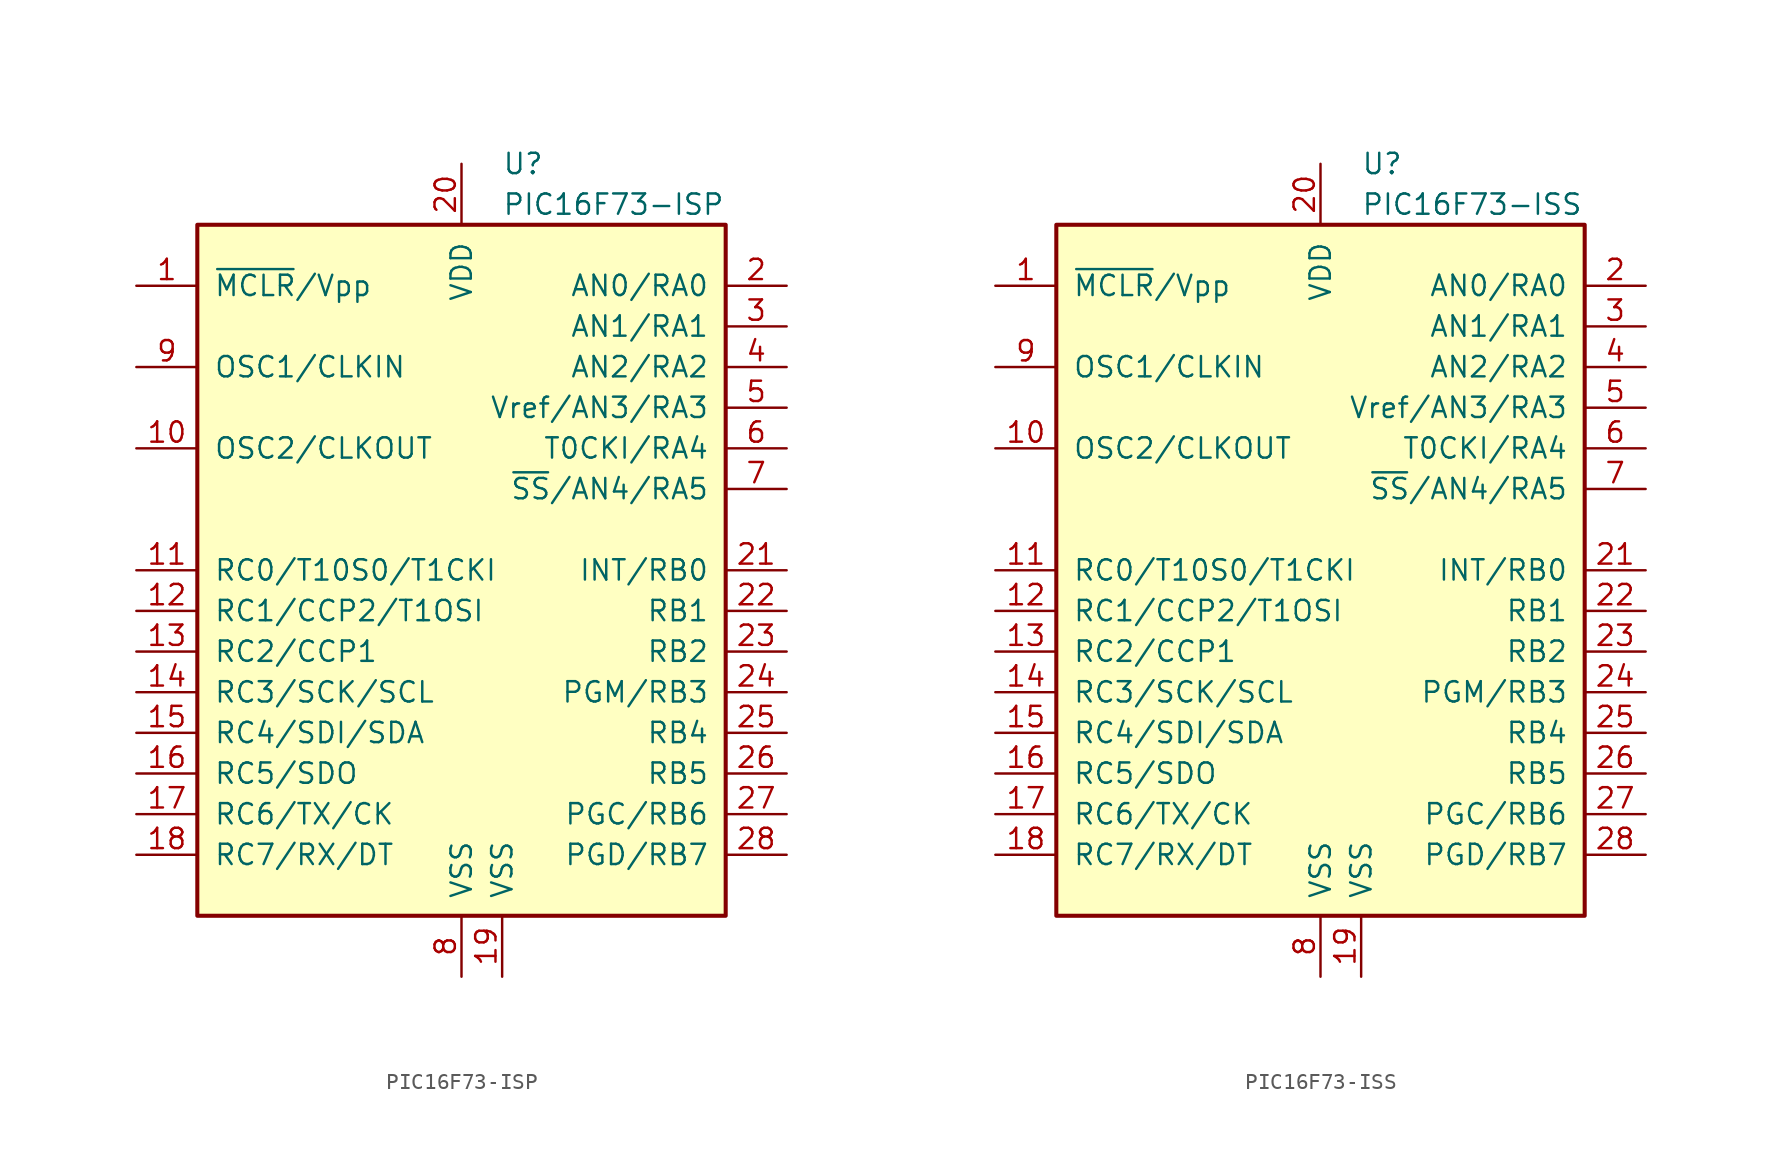
<source format=kicad_sym>
(kicad_symbol_lib
  (version 20201005)
  (generator kicad_symbol_editor)
  (symbol "MCU_Microchip_PIC16:PIC16F73-ISP"
    (pin_names
      (offset 1.016))
    (property "Reference" "U"
      (at 2.54 25.4 0)
      (effects (font (size 1.27 1.27)) (justify left)))
    (property "Value" "PIC16F73-ISP"
      (at 2.54 22.86 0)
      (effects (font (size 1.27 1.27)) (justify left)))
    (symbol "PIC16F73-ISP_0_1"
      (rectangle (start -16.51 -21.59) (end 16.51 21.59) (stroke (width 0.254)) (fill (type background))))
    (symbol "PIC16F73-ISP_1_1"
      (pin input line (at -20.32 17.78 0) (length 3.81) (name "~MCLR~/Vpp" (effects (font (size 1.27 1.27)))) (number "1" (effects (font (size 1.27 1.27)))))
      (pin output line (at -20.32 7.62 0) (length 3.81) (name "OSC2/CLKOUT" (effects (font (size 1.27 1.27)))) (number "10" (effects (font (size 1.27 1.27)))))
      (pin bidirectional line (at -20.32 0 0) (length 3.81) (name "RC0/T10S0/T1CKI" (effects (font (size 1.27 1.27)))) (number "11" (effects (font (size 1.27 1.27)))))
      (pin bidirectional line (at -20.32 -2.54 0) (length 3.81) (name "RC1/CCP2/T1OSI" (effects (font (size 1.27 1.27)))) (number "12" (effects (font (size 1.27 1.27)))))
      (pin bidirectional line (at -20.32 -5.08 0) (length 3.81) (name "RC2/CCP1" (effects (font (size 1.27 1.27)))) (number "13" (effects (font (size 1.27 1.27)))))
      (pin bidirectional line (at -20.32 -7.62 0) (length 3.81) (name "RC3/SCK/SCL" (effects (font (size 1.27 1.27)))) (number "14" (effects (font (size 1.27 1.27)))))
      (pin bidirectional line (at -20.32 -10.16 0) (length 3.81) (name "RC4/SDI/SDA" (effects (font (size 1.27 1.27)))) (number "15" (effects (font (size 1.27 1.27)))))
      (pin bidirectional line (at -20.32 -12.7 0) (length 3.81) (name "RC5/SDO" (effects (font (size 1.27 1.27)))) (number "16" (effects (font (size 1.27 1.27)))))
      (pin bidirectional line (at -20.32 -15.24 0) (length 3.81) (name "RC6/TX/CK" (effects (font (size 1.27 1.27)))) (number "17" (effects (font (size 1.27 1.27)))))
      (pin bidirectional line (at -20.32 -17.78 0) (length 3.81) (name "RC7/RX/DT" (effects (font (size 1.27 1.27)))) (number "18" (effects (font (size 1.27 1.27)))))
      (pin power_in line (at 2.54 -25.4 90) (length 3.81) (name "VSS" (effects (font (size 1.27 1.27)))) (number "19" (effects (font (size 1.27 1.27)))))
      (pin bidirectional line (at 20.32 17.78 180) (length 3.81) (name "AN0/RA0" (effects (font (size 1.27 1.27)))) (number "2" (effects (font (size 1.27 1.27)))))
      (pin power_in line (at 0 25.4 270) (length 3.81) (name "VDD" (effects (font (size 1.27 1.27)))) (number "20" (effects (font (size 1.27 1.27)))))
      (pin bidirectional line (at 20.32 0 180) (length 3.81) (name "INT/RB0" (effects (font (size 1.27 1.27)))) (number "21" (effects (font (size 1.27 1.27)))))
      (pin bidirectional line (at 20.32 -2.54 180) (length 3.81) (name "RB1" (effects (font (size 1.27 1.27)))) (number "22" (effects (font (size 1.27 1.27)))))
      (pin bidirectional line (at 20.32 -5.08 180) (length 3.81) (name "RB2" (effects (font (size 1.27 1.27)))) (number "23" (effects (font (size 1.27 1.27)))))
      (pin bidirectional line (at 20.32 -7.62 180) (length 3.81) (name "PGM/RB3" (effects (font (size 1.27 1.27)))) (number "24" (effects (font (size 1.27 1.27)))))
      (pin bidirectional line (at 20.32 -10.16 180) (length 3.81) (name "RB4" (effects (font (size 1.27 1.27)))) (number "25" (effects (font (size 1.27 1.27)))))
      (pin bidirectional line (at 20.32 -12.7 180) (length 3.81) (name "RB5" (effects (font (size 1.27 1.27)))) (number "26" (effects (font (size 1.27 1.27)))))
      (pin bidirectional line (at 20.32 -15.24 180) (length 3.81) (name "PGC/RB6" (effects (font (size 1.27 1.27)))) (number "27" (effects (font (size 1.27 1.27)))))
      (pin bidirectional line (at 20.32 -17.78 180) (length 3.81) (name "PGD/RB7" (effects (font (size 1.27 1.27)))) (number "28" (effects (font (size 1.27 1.27)))))
      (pin bidirectional line (at 20.32 15.24 180) (length 3.81) (name "AN1/RA1" (effects (font (size 1.27 1.27)))) (number "3" (effects (font (size 1.27 1.27)))))
      (pin bidirectional line (at 20.32 12.7 180) (length 3.81) (name "AN2/RA2" (effects (font (size 1.27 1.27)))) (number "4" (effects (font (size 1.27 1.27)))))
      (pin bidirectional line (at 20.32 10.16 180) (length 3.81) (name "Vref/AN3/RA3" (effects (font (size 1.27 1.27)))) (number "5" (effects (font (size 1.27 1.27)))))
      (pin bidirectional line (at 20.32 7.62 180) (length 3.81) (name "T0CKI/RA4" (effects (font (size 1.27 1.27)))) (number "6" (effects (font (size 1.27 1.27)))))
      (pin bidirectional line (at 20.32 5.08 180) (length 3.81) (name "~SS~/AN4/RA5" (effects (font (size 1.27 1.27)))) (number "7" (effects (font (size 1.27 1.27)))))
      (pin power_in line (at 0 -25.4 90) (length 3.81) (name "VSS" (effects (font (size 1.27 1.27)))) (number "8" (effects (font (size 1.27 1.27)))))
      (pin input line (at -20.32 12.7 0) (length 3.81) (name "OSC1/CLKIN" (effects (font (size 1.27 1.27)))) (number "9" (effects (font (size 1.27 1.27)))))))
  (symbol "MCU_Microchip_PIC16:PIC16F73-ISS"
    (pin_names
      (offset 1.016))
    (property "Reference" "U"
      (at 2.54 25.4 0)
      (effects (font (size 1.27 1.27)) (justify left)))
    (property "Value" "PIC16F73-ISS"
      (at 2.54 22.86 0)
      (effects (font (size 1.27 1.27)) (justify left)))
    (symbol "PIC16F73-ISS_0_1"
      (rectangle (start -16.51 -21.59) (end 16.51 21.59) (stroke (width 0.254)) (fill (type background))))
    (symbol "PIC16F73-ISS_1_1"
      (pin input line (at -20.32 17.78 0) (length 3.81) (name "~MCLR~/Vpp" (effects (font (size 1.27 1.27)))) (number "1" (effects (font (size 1.27 1.27)))))
      (pin output line (at -20.32 7.62 0) (length 3.81) (name "OSC2/CLKOUT" (effects (font (size 1.27 1.27)))) (number "10" (effects (font (size 1.27 1.27)))))
      (pin bidirectional line (at -20.32 0 0) (length 3.81) (name "RC0/T10S0/T1CKI" (effects (font (size 1.27 1.27)))) (number "11" (effects (font (size 1.27 1.27)))))
      (pin bidirectional line (at -20.32 -2.54 0) (length 3.81) (name "RC1/CCP2/T1OSI" (effects (font (size 1.27 1.27)))) (number "12" (effects (font (size 1.27 1.27)))))
      (pin bidirectional line (at -20.32 -5.08 0) (length 3.81) (name "RC2/CCP1" (effects (font (size 1.27 1.27)))) (number "13" (effects (font (size 1.27 1.27)))))
      (pin bidirectional line (at -20.32 -7.62 0) (length 3.81) (name "RC3/SCK/SCL" (effects (font (size 1.27 1.27)))) (number "14" (effects (font (size 1.27 1.27)))))
      (pin bidirectional line (at -20.32 -10.16 0) (length 3.81) (name "RC4/SDI/SDA" (effects (font (size 1.27 1.27)))) (number "15" (effects (font (size 1.27 1.27)))))
      (pin bidirectional line (at -20.32 -12.7 0) (length 3.81) (name "RC5/SDO" (effects (font (size 1.27 1.27)))) (number "16" (effects (font (size 1.27 1.27)))))
      (pin bidirectional line (at -20.32 -15.24 0) (length 3.81) (name "RC6/TX/CK" (effects (font (size 1.27 1.27)))) (number "17" (effects (font (size 1.27 1.27)))))
      (pin bidirectional line (at -20.32 -17.78 0) (length 3.81) (name "RC7/RX/DT" (effects (font (size 1.27 1.27)))) (number "18" (effects (font (size 1.27 1.27)))))
      (pin power_in line (at 2.54 -25.4 90) (length 3.81) (name "VSS" (effects (font (size 1.27 1.27)))) (number "19" (effects (font (size 1.27 1.27)))))
      (pin bidirectional line (at 20.32 17.78 180) (length 3.81) (name "AN0/RA0" (effects (font (size 1.27 1.27)))) (number "2" (effects (font (size 1.27 1.27)))))
      (pin power_in line (at 0 25.4 270) (length 3.81) (name "VDD" (effects (font (size 1.27 1.27)))) (number "20" (effects (font (size 1.27 1.27)))))
      (pin bidirectional line (at 20.32 0 180) (length 3.81) (name "INT/RB0" (effects (font (size 1.27 1.27)))) (number "21" (effects (font (size 1.27 1.27)))))
      (pin bidirectional line (at 20.32 -2.54 180) (length 3.81) (name "RB1" (effects (font (size 1.27 1.27)))) (number "22" (effects (font (size 1.27 1.27)))))
      (pin bidirectional line (at 20.32 -5.08 180) (length 3.81) (name "RB2" (effects (font (size 1.27 1.27)))) (number "23" (effects (font (size 1.27 1.27)))))
      (pin bidirectional line (at 20.32 -7.62 180) (length 3.81) (name "PGM/RB3" (effects (font (size 1.27 1.27)))) (number "24" (effects (font (size 1.27 1.27)))))
      (pin bidirectional line (at 20.32 -10.16 180) (length 3.81) (name "RB4" (effects (font (size 1.27 1.27)))) (number "25" (effects (font (size 1.27 1.27)))))
      (pin bidirectional line (at 20.32 -12.7 180) (length 3.81) (name "RB5" (effects (font (size 1.27 1.27)))) (number "26" (effects (font (size 1.27 1.27)))))
      (pin bidirectional line (at 20.32 -15.24 180) (length 3.81) (name "PGC/RB6" (effects (font (size 1.27 1.27)))) (number "27" (effects (font (size 1.27 1.27)))))
      (pin bidirectional line (at 20.32 -17.78 180) (length 3.81) (name "PGD/RB7" (effects (font (size 1.27 1.27)))) (number "28" (effects (font (size 1.27 1.27)))))
      (pin bidirectional line (at 20.32 15.24 180) (length 3.81) (name "AN1/RA1" (effects (font (size 1.27 1.27)))) (number "3" (effects (font (size 1.27 1.27)))))
      (pin bidirectional line (at 20.32 12.7 180) (length 3.81) (name "AN2/RA2" (effects (font (size 1.27 1.27)))) (number "4" (effects (font (size 1.27 1.27)))))
      (pin bidirectional line (at 20.32 10.16 180) (length 3.81) (name "Vref/AN3/RA3" (effects (font (size 1.27 1.27)))) (number "5" (effects (font (size 1.27 1.27)))))
      (pin bidirectional line (at 20.32 7.62 180) (length 3.81) (name "T0CKI/RA4" (effects (font (size 1.27 1.27)))) (number "6" (effects (font (size 1.27 1.27)))))
      (pin bidirectional line (at 20.32 5.08 180) (length 3.81) (name "~SS~/AN4/RA5" (effects (font (size 1.27 1.27)))) (number "7" (effects (font (size 1.27 1.27)))))
      (pin power_in line (at 0 -25.4 90) (length 3.81) (name "VSS" (effects (font (size 1.27 1.27)))) (number "8" (effects (font (size 1.27 1.27)))))
      (pin input line (at -20.32 12.7 0) (length 3.81) (name "OSC1/CLKIN" (effects (font (size 1.27 1.27)))) (number "9" (effects (font (size 1.27 1.27))))))))
</source>
